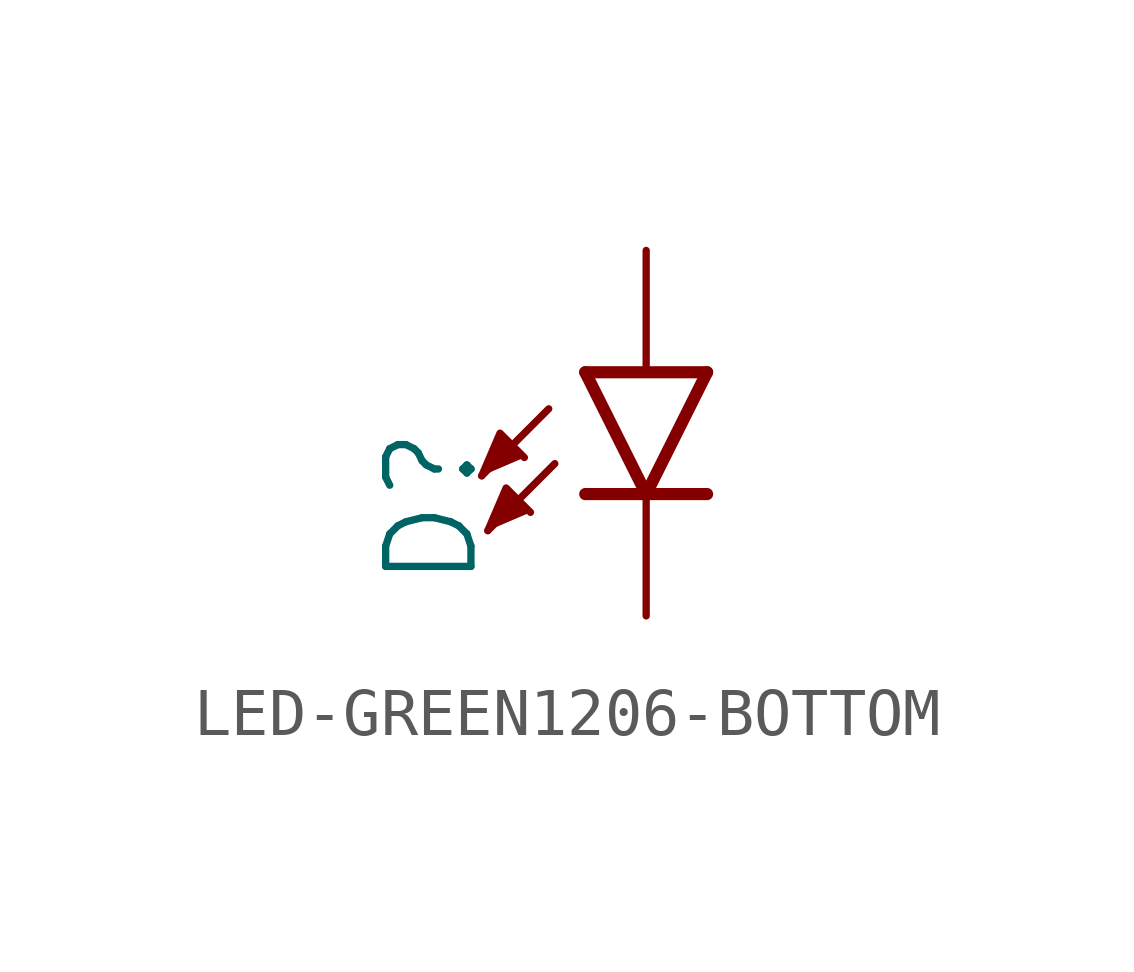
<source format=kicad_sym>
(kicad_symbol_lib
  (version 20220914)
  (generator kicad_symbol_editor)
  (symbol "LED-GREEN1206-BOTTOM"
    (property "Reference" "D"
      (at -3.429 -4.572 90)
      (effects (font (size 1.778 1.778)) (justify left bottom)))
    (property "Value" ""
      (at 1.905 -4.572 90)
      (effects (font (size 1.778 1.778)) (justify left top)))
    (property "ki_locked" ""
      (at 0 0 0)
      (effects (font (size 1.27 1.27))))
    (symbol "LED-GREEN1206-BOTTOM_1_0"
      (polyline (pts (xy -2.032 -0.762) (xy -3.429 -2.159)) (stroke (width 0.152) (type solid)) (fill (type none)))
      (polyline (pts (xy -1.905 -1.905) (xy -3.302 -3.302)) (stroke (width 0.152) (type solid)) (fill (type none)))
      (polyline (pts (xy 0 -2.54) (xy -1.27 -2.54)) (stroke (width 0.254) (type solid)) (fill (type none)))
      (polyline (pts (xy 0 -2.54) (xy -1.27 0)) (stroke (width 0.254) (type solid)) (fill (type none)))
      (polyline (pts (xy 1.27 -2.54) (xy 0 -2.54)) (stroke (width 0.254) (type solid)) (fill (type none)))
      (polyline (pts (xy 1.27 0) (xy -1.27 0)) (stroke (width 0.254) (type solid)) (fill (type none)))
      (polyline (pts (xy 1.27 0) (xy 0 -2.54)) (stroke (width 0.254) (type solid)) (fill (type none)))
      (polyline (pts (xy -3.429 -2.159) (xy -3.048 -1.27) (xy -2.54 -1.778)) (stroke (width 0.152) (type solid)) (fill (type outline)))
      (polyline (pts (xy -3.302 -3.302) (xy -2.921 -2.413) (xy -2.413 -2.921)) (stroke (width 0.152) (type solid)) (fill (type outline)))
      (pin passive line (at 0 2.54 270) (length 2.54) (name "A" (effects (font (size 0 0)))) (number "A" (effects (font (size 0 0)))))
      (pin passive line (at 0 -5.08 90) (length 2.54) (name "C" (effects (font (size 0 0)))) (number "C" (effects (font (size 0 0))))))))
</source>
